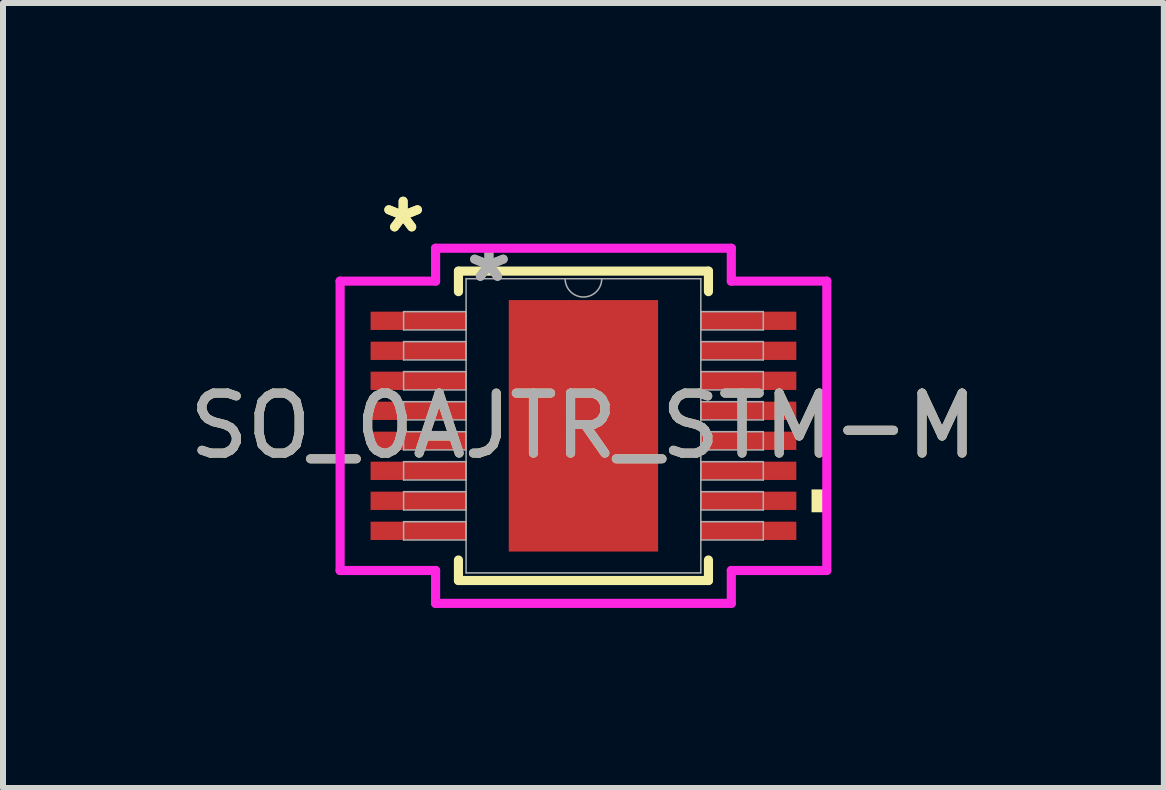
<source format=kicad_pcb>
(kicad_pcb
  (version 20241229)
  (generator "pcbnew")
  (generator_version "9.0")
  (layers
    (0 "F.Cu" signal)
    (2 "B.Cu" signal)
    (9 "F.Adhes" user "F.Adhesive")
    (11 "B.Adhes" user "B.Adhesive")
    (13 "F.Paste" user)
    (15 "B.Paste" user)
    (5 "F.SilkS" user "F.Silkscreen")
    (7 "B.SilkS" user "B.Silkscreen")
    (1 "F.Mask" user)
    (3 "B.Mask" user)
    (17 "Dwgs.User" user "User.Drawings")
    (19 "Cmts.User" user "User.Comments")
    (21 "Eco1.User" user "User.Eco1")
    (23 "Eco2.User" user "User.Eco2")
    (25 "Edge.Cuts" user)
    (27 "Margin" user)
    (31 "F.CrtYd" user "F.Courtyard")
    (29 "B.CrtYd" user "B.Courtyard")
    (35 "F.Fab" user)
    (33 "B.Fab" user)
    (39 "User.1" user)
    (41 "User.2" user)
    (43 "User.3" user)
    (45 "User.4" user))
  (footprint "SO_0AJTR_STM-M"
    (layer "F.Cu")
    (at 6.673 4.046)
    (property "Reference" "SO_0AJTR_STM-M" (at 0 0 0) (unlocked yes) (layer "F.SilkS") (effects (font (size 1 1) (thickness 0.15))))
    (attr smd)
    (fp_line (start -2.083 -2.578) (end -2.083 -2.236) (stroke (width 0.152) (type solid)) (layer "F.SilkS"))
    (fp_line (start -2.083 2.236) (end -2.083 2.578) (stroke (width 0.152) (type solid)) (layer "F.SilkS"))
    (fp_line (start -2.083 2.578) (end 2.083 2.578) (stroke (width 0.152) (type solid)) (layer "F.SilkS"))
    (fp_line (start 2.083 -2.578) (end -2.083 -2.578) (stroke (width 0.152) (type solid)) (layer "F.SilkS"))
    (fp_line (start 2.083 -2.236) (end 2.083 -2.578) (stroke (width 0.152) (type solid)) (layer "F.SilkS"))
    (fp_line (start 2.083 2.578) (end 2.083 2.236) (stroke (width 0.152) (type solid)) (layer "F.SilkS"))
    (fp_poly (pts (xy 4.055 1.06) (xy 4.055 1.441) (xy 3.801 1.441) (xy 3.801 1.06)) (stroke (width 0) (type solid)) (fill yes) (layer "F.SilkS"))
    (fp_poly (pts (xy -1.145 -1.996) (xy -1.145 -0.798) (xy 1.145 -0.798) (xy 1.145 -1.996)) (stroke (width 0) (type solid)) (fill yes) (layer "F.Paste"))
    (fp_poly (pts (xy -1.145 -0.599) (xy -1.145 0.599) (xy 1.145 0.599) (xy 1.145 -0.599)) (stroke (width 0) (type solid)) (fill yes) (layer "F.Paste"))
    (fp_poly (pts (xy -1.145 0.798) (xy -1.145 1.996) (xy 1.145 1.996) (xy 1.145 0.798)) (stroke (width 0) (type solid)) (fill yes) (layer "F.Paste"))
    (fp_line (start -4.055 -2.411) (end -2.464 -2.411) (stroke (width 0.152) (type solid)) (layer "F.CrtYd"))
    (fp_line (start -4.055 2.411) (end -4.055 -2.411) (stroke (width 0.152) (type solid)) (layer "F.CrtYd"))
    (fp_line (start -4.055 2.411) (end -2.464 2.411) (stroke (width 0.152) (type solid)) (layer "F.CrtYd"))
    (fp_line (start -2.464 -2.959) (end 2.464 -2.959) (stroke (width 0.152) (type solid)) (layer "F.CrtYd"))
    (fp_line (start -2.464 -2.411) (end -2.464 -2.959) (stroke (width 0.152) (type solid)) (layer "F.CrtYd"))
    (fp_line (start -2.464 2.959) (end -2.464 2.411) (stroke (width 0.152) (type solid)) (layer "F.CrtYd"))
    (fp_line (start 2.464 -2.959) (end 2.464 -2.411) (stroke (width 0.152) (type solid)) (layer "F.CrtYd"))
    (fp_line (start 2.464 2.411) (end 2.464 2.959) (stroke (width 0.152) (type solid)) (layer "F.CrtYd"))
    (fp_line (start 2.464 2.959) (end -2.464 2.959) (stroke (width 0.152) (type solid)) (layer "F.CrtYd"))
    (fp_line (start 4.055 -2.411) (end 2.464 -2.411) (stroke (width 0.152) (type solid)) (layer "F.CrtYd"))
    (fp_line (start 4.055 -2.411) (end 4.055 2.411) (stroke (width 0.152) (type solid)) (layer "F.CrtYd"))
    (fp_line (start 4.055 2.411) (end 2.464 2.411) (stroke (width 0.152) (type solid)) (layer "F.CrtYd"))
    (fp_line (start -2.997 -1.903) (end -2.997 -1.598) (stroke (width 0.025) (type solid)) (layer "F.Fab"))
    (fp_line (start -2.997 -1.598) (end -1.956 -1.598) (stroke (width 0.025) (type solid)) (layer "F.Fab"))
    (fp_line (start -2.997 -1.403) (end -2.997 -1.098) (stroke (width 0.025) (type solid)) (layer "F.Fab"))
    (fp_line (start -2.997 -1.098) (end -1.956 -1.098) (stroke (width 0.025) (type solid)) (layer "F.Fab"))
    (fp_line (start -2.997 -0.903) (end -2.997 -0.598) (stroke (width 0.025) (type solid)) (layer "F.Fab"))
    (fp_line (start -2.997 -0.598) (end -1.956 -0.598) (stroke (width 0.025) (type solid)) (layer "F.Fab"))
    (fp_line (start -2.997 -0.402) (end -2.997 -0.098) (stroke (width 0.025) (type solid)) (layer "F.Fab"))
    (fp_line (start -2.997 -0.098) (end -1.956 -0.098) (stroke (width 0.025) (type solid)) (layer "F.Fab"))
    (fp_line (start -2.997 0.098) (end -2.997 0.402) (stroke (width 0.025) (type solid)) (layer "F.Fab"))
    (fp_line (start -2.997 0.402) (end -1.956 0.402) (stroke (width 0.025) (type solid)) (layer "F.Fab"))
    (fp_line (start -2.997 0.598) (end -2.997 0.903) (stroke (width 0.025) (type solid)) (layer "F.Fab"))
    (fp_line (start -2.997 0.903) (end -1.956 0.903) (stroke (width 0.025) (type solid)) (layer "F.Fab"))
    (fp_line (start -2.997 1.098) (end -2.997 1.403) (stroke (width 0.025) (type solid)) (layer "F.Fab"))
    (fp_line (start -2.997 1.403) (end -1.956 1.403) (stroke (width 0.025) (type solid)) (layer "F.Fab"))
    (fp_line (start -2.997 1.598) (end -2.997 1.903) (stroke (width 0.025) (type solid)) (layer "F.Fab"))
    (fp_line (start -2.997 1.903) (end -1.956 1.903) (stroke (width 0.025) (type solid)) (layer "F.Fab"))
    (fp_line (start -1.956 -2.451) (end -1.956 2.451) (stroke (width 0.025) (type solid)) (layer "F.Fab"))
    (fp_line (start -1.956 -1.903) (end -2.997 -1.903) (stroke (width 0.025) (type solid)) (layer "F.Fab"))
    (fp_line (start -1.956 -1.598) (end -1.956 -1.903) (stroke (width 0.025) (type solid)) (layer "F.Fab"))
    (fp_line (start -1.956 -1.403) (end -2.997 -1.403) (stroke (width 0.025) (type solid)) (layer "F.Fab"))
    (fp_line (start -1.956 -1.098) (end -1.956 -1.403) (stroke (width 0.025) (type solid)) (layer "F.Fab"))
    (fp_line (start -1.956 -0.903) (end -2.997 -0.903) (stroke (width 0.025) (type solid)) (layer "F.Fab"))
    (fp_line (start -1.956 -0.598) (end -1.956 -0.903) (stroke (width 0.025) (type solid)) (layer "F.Fab"))
    (fp_line (start -1.956 -0.402) (end -2.997 -0.402) (stroke (width 0.025) (type solid)) (layer "F.Fab"))
    (fp_line (start -1.956 -0.098) (end -1.956 -0.402) (stroke (width 0.025) (type solid)) (layer "F.Fab"))
    (fp_line (start -1.956 0.098) (end -2.997 0.098) (stroke (width 0.025) (type solid)) (layer "F.Fab"))
    (fp_line (start -1.956 0.402) (end -1.956 0.098) (stroke (width 0.025) (type solid)) (layer "F.Fab"))
    (fp_line (start -1.956 0.598) (end -2.997 0.598) (stroke (width 0.025) (type solid)) (layer "F.Fab"))
    (fp_line (start -1.956 0.903) (end -1.956 0.598) (stroke (width 0.025) (type solid)) (layer "F.Fab"))
    (fp_line (start -1.956 1.098) (end -2.997 1.098) (stroke (width 0.025) (type solid)) (layer "F.Fab"))
    (fp_line (start -1.956 1.403) (end -1.956 1.098) (stroke (width 0.025) (type solid)) (layer "F.Fab"))
    (fp_line (start -1.956 1.598) (end -2.997 1.598) (stroke (width 0.025) (type solid)) (layer "F.Fab"))
    (fp_line (start -1.956 1.903) (end -1.956 1.598) (stroke (width 0.025) (type solid)) (layer "F.Fab"))
    (fp_line (start -1.956 2.451) (end 1.956 2.451) (stroke (width 0.025) (type solid)) (layer "F.Fab"))
    (fp_line (start 1.956 -2.451) (end -1.956 -2.451) (stroke (width 0.025) (type solid)) (layer "F.Fab"))
    (fp_line (start 1.956 -1.903) (end 1.956 -1.598) (stroke (width 0.025) (type solid)) (layer "F.Fab"))
    (fp_line (start 1.956 -1.598) (end 2.997 -1.598) (stroke (width 0.025) (type solid)) (layer "F.Fab"))
    (fp_line (start 1.956 -1.403) (end 1.956 -1.098) (stroke (width 0.025) (type solid)) (layer "F.Fab"))
    (fp_line (start 1.956 -1.098) (end 2.997 -1.098) (stroke (width 0.025) (type solid)) (layer "F.Fab"))
    (fp_line (start 1.956 -0.903) (end 1.956 -0.598) (stroke (width 0.025) (type solid)) (layer "F.Fab"))
    (fp_line (start 1.956 -0.598) (end 2.997 -0.598) (stroke (width 0.025) (type solid)) (layer "F.Fab"))
    (fp_line (start 1.956 -0.402) (end 1.956 -0.098) (stroke (width 0.025) (type solid)) (layer "F.Fab"))
    (fp_line (start 1.956 -0.098) (end 2.997 -0.098) (stroke (width 0.025) (type solid)) (layer "F.Fab"))
    (fp_line (start 1.956 0.098) (end 1.956 0.402) (stroke (width 0.025) (type solid)) (layer "F.Fab"))
    (fp_line (start 1.956 0.402) (end 2.997 0.402) (stroke (width 0.025) (type solid)) (layer "F.Fab"))
    (fp_line (start 1.956 0.598) (end 1.956 0.903) (stroke (width 0.025) (type solid)) (layer "F.Fab"))
    (fp_line (start 1.956 0.903) (end 2.997 0.903) (stroke (width 0.025) (type solid)) (layer "F.Fab"))
    (fp_line (start 1.956 1.098) (end 1.956 1.403) (stroke (width 0.025) (type solid)) (layer "F.Fab"))
    (fp_line (start 1.956 1.403) (end 2.997 1.403) (stroke (width 0.025) (type solid)) (layer "F.Fab"))
    (fp_line (start 1.956 1.598) (end 1.956 1.903) (stroke (width 0.025) (type solid)) (layer "F.Fab"))
    (fp_line (start 1.956 1.903) (end 2.997 1.903) (stroke (width 0.025) (type solid)) (layer "F.Fab"))
    (fp_line (start 1.956 2.451) (end 1.956 -2.451) (stroke (width 0.025) (type solid)) (layer "F.Fab"))
    (fp_line (start 2.997 -1.903) (end 1.956 -1.903) (stroke (width 0.025) (type solid)) (layer "F.Fab"))
    (fp_line (start 2.997 -1.598) (end 2.997 -1.903) (stroke (width 0.025) (type solid)) (layer "F.Fab"))
    (fp_line (start 2.997 -1.403) (end 1.956 -1.403) (stroke (width 0.025) (type solid)) (layer "F.Fab"))
    (fp_line (start 2.997 -1.098) (end 2.997 -1.403) (stroke (width 0.025) (type solid)) (layer "F.Fab"))
    (fp_line (start 2.997 -0.903) (end 1.956 -0.903) (stroke (width 0.025) (type solid)) (layer "F.Fab"))
    (fp_line (start 2.997 -0.598) (end 2.997 -0.903) (stroke (width 0.025) (type solid)) (layer "F.Fab"))
    (fp_line (start 2.997 -0.402) (end 1.956 -0.402) (stroke (width 0.025) (type solid)) (layer "F.Fab"))
    (fp_line (start 2.997 -0.098) (end 2.997 -0.402) (stroke (width 0.025) (type solid)) (layer "F.Fab"))
    (fp_line (start 2.997 0.098) (end 1.956 0.098) (stroke (width 0.025) (type solid)) (layer "F.Fab"))
    (fp_line (start 2.997 0.402) (end 2.997 0.098) (stroke (width 0.025) (type solid)) (layer "F.Fab"))
    (fp_line (start 2.997 0.598) (end 1.956 0.598) (stroke (width 0.025) (type solid)) (layer "F.Fab"))
    (fp_line (start 2.997 0.903) (end 2.997 0.598) (stroke (width 0.025) (type solid)) (layer "F.Fab"))
    (fp_line (start 2.997 1.098) (end 1.956 1.098) (stroke (width 0.025) (type solid)) (layer "F.Fab"))
    (fp_line (start 2.997 1.403) (end 2.997 1.098) (stroke (width 0.025) (type solid)) (layer "F.Fab"))
    (fp_line (start 2.997 1.598) (end 1.956 1.598) (stroke (width 0.025) (type solid)) (layer "F.Fab"))
    (fp_line (start 2.997 1.903) (end 2.997 1.598) (stroke (width 0.025) (type solid)) (layer "F.Fab"))
    (fp_arc (start 0.3048 -2.4511) (mid 0 -2.1463) (end -0.3048 -2.4511) (stroke (width 0.0254) (type solid)) (layer "F.Fab"))
    (fp_text user "*" (at -3.005 -3.198 0) (layer "F.SilkS") (effects (font (size 1 1) (thickness 0.15))))
    (fp_text user "*" (at -3.005 -3.198 0) (unlocked yes) (layer "F.SilkS") (effects (font (size 1 1) (thickness 0.15))))
    (fp_text user "*" (at -1.575 -2.375 0) (layer "F.Fab") (effects (font (size 1 1) (thickness 0.15))))
    (fp_text user "*" (at -1.575 -2.375 0) (unlocked yes) (layer "F.Fab") (effects (font (size 1 1) (thickness 0.15))))
    (fp_text user "${REFERENCE}" (at 0 0 0) (unlocked yes) (layer "F.Fab") (effects (font (size 1 1) (thickness 0.15))))
    (pad "1" smd rect (at -2.752 -1.75) (size 1.591 0.305) (layers "F.Cu" "F.Mask" "F.Paste"))
    (pad "2" smd rect (at -2.752 -1.25) (size 1.591 0.305) (layers "F.Cu" "F.Mask" "F.Paste"))
    (pad "3" smd rect (at -2.752 -0.75) (size 1.591 0.305) (layers "F.Cu" "F.Mask" "F.Paste"))
    (pad "4" smd rect (at -2.752 -0.25) (size 1.591 0.305) (layers "F.Cu" "F.Mask" "F.Paste"))
    (pad "5" smd rect (at -2.752 0.25) (size 1.591 0.305) (layers "F.Cu" "F.Mask" "F.Paste"))
    (pad "6" smd rect (at -2.752 0.75) (size 1.591 0.305) (layers "F.Cu" "F.Mask" "F.Paste"))
    (pad "7" smd rect (at -2.752 1.25) (size 1.591 0.305) (layers "F.Cu" "F.Mask" "F.Paste"))
    (pad "8" smd rect (at -2.752 1.75) (size 1.591 0.305) (layers "F.Cu" "F.Mask" "F.Paste"))
    (pad "9" smd rect (at 2.752 1.75) (size 1.591 0.305) (layers "F.Cu" "F.Mask" "F.Paste"))
    (pad "10" smd rect (at 2.752 1.25) (size 1.591 0.305) (layers "F.Cu" "F.Mask" "F.Paste"))
    (pad "11" smd rect (at 2.752 0.75) (size 1.591 0.305) (layers "F.Cu" "F.Mask" "F.Paste"))
    (pad "12" smd rect (at 2.752 0.25) (size 1.591 0.305) (layers "F.Cu" "F.Mask" "F.Paste"))
    (pad "13" smd rect (at 2.752 -0.25) (size 1.591 0.305) (layers "F.Cu" "F.Mask" "F.Paste"))
    (pad "14" smd rect (at 2.752 -0.75) (size 1.591 0.305) (layers "F.Cu" "F.Mask" "F.Paste"))
    (pad "15" smd rect (at 2.752 -1.25) (size 1.591 0.305) (layers "F.Cu" "F.Mask" "F.Paste"))
    (pad "16" smd rect (at 2.752 -1.75) (size 1.591 0.305) (layers "F.Cu" "F.Mask" "F.Paste"))
    (pad "EPAD" smd rect (at 0 0) (size 2.489 4.191) (layers "F.Cu" "F.Mask")))
  (gr_rect
    (start -3 -3)
    (end 16.345 10.082)
    (stroke (width 0.1) (type default))
    (fill no)
    (layer "Edge.Cuts")))
</source>
